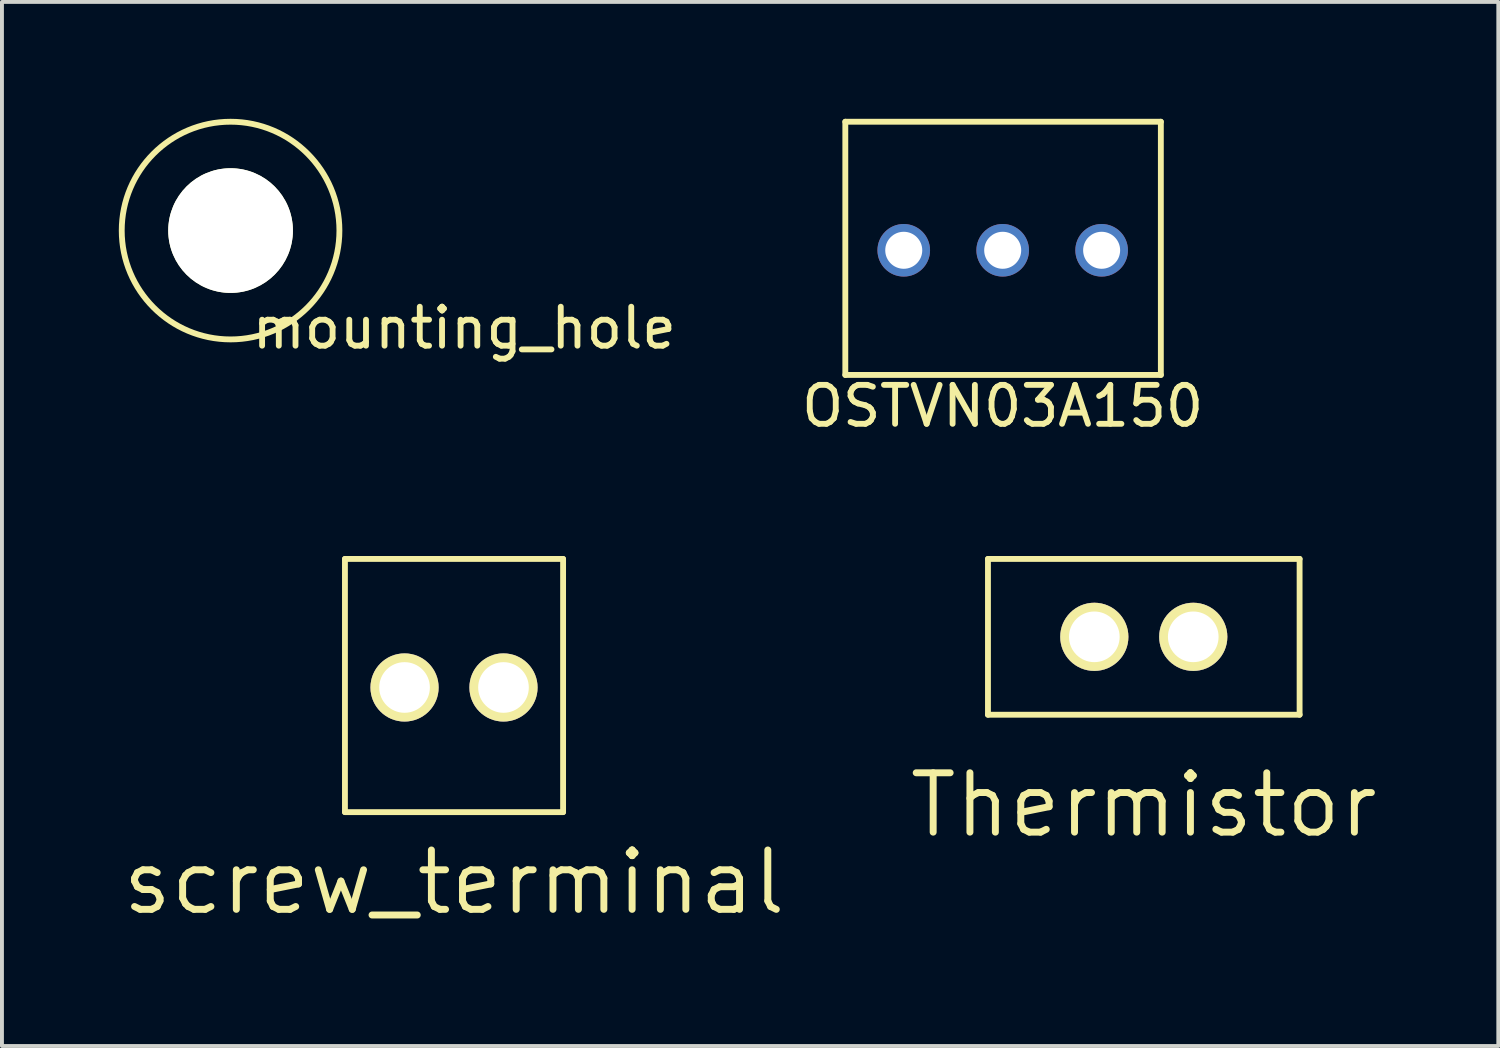
<source format=kicad_pcb>
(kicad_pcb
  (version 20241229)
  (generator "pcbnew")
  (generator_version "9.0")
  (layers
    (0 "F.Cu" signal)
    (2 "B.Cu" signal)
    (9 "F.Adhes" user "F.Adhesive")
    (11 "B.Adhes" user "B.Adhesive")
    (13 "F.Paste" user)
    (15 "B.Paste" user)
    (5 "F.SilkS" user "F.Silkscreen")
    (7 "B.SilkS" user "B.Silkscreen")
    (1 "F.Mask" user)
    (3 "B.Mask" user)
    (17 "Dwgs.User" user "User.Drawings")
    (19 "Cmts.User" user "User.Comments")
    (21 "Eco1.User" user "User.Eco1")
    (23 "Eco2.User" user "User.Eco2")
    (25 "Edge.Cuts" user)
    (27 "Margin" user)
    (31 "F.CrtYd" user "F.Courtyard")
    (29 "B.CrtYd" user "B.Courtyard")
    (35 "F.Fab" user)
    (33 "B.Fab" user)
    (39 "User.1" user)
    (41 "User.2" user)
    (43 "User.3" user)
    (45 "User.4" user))
  (footprint "Thermistor"
    (layer "F.Cu")
    (at 26.312 13.298)
    (property "Reference" "Thermistor" (at 0 4.318 0) (layer "F.SilkS") (effects (font (size 1.524 1.524) (thickness 0.178))))
    (attr through_hole)
    (fp_line (start -4 -2) (end -4 2) (stroke (width 0.15) (type solid)) (layer "F.SilkS"))
    (fp_line (start -4 2) (end 4 2) (stroke (width 0.15) (type solid)) (layer "F.SilkS"))
    (fp_line (start 4 -2) (end -4 -2) (stroke (width 0.15) (type solid)) (layer "F.SilkS"))
    (fp_line (start 4 2) (end 4 -2) (stroke (width 0.15) (type solid)) (layer "F.SilkS"))
    (pad "1" thru_hole circle (at -1.27 0) (size 1.75 1.75) (drill 1.3) (layers "*.Cu" "*.Mask" "F.SilkS"))
    (pad "2" thru_hole circle (at 1.27 0) (size 1.75 1.75) (drill 1.3) (layers "*.Cu" "*.Mask" "F.SilkS")))
  (footprint "mounting_hole"
    (layer "F.Cu")
    (at 2.869 2.869)
    (property "Reference" "mounting_hole" (at 6 2.5 0) (layer "F.SilkS") (effects (font (size 1 1) (thickness 0.15))))
    (attr through_hole)
    (fp_circle (center 0 0) (end 0 -2.794) (stroke (width 0.15) (type solid)) (fill no) (layer "F.SilkS"))
    (pad "" np_thru_hole circle (at 0 0) (size 3.2 3.2) (drill 3.2) (layers "*.Cu" "*.Mask" "F.SilkS")))
  (footprint "OSTVN03A150"
    (layer "F.Cu")
    (at 22.69 3.375)
    (property "Reference" "OSTVN03A150" (at 0 4 0) (layer "F.SilkS") (effects (font (size 1 1) (thickness 0.15))))
    (attr through_hole)
    (fp_line (start -4.04 -3.3) (end -4.04 3.2) (stroke (width 0.15) (type solid)) (layer "F.SilkS"))
    (fp_line (start -4.04 3.2) (end 4.06 3.2) (stroke (width 0.15) (type solid)) (layer "F.SilkS"))
    (fp_line (start 4.06 -3.3) (end -4.04 -3.3) (stroke (width 0.15) (type solid)) (layer "F.SilkS"))
    (fp_line (start 4.06 3.2) (end 4.06 -3.3) (stroke (width 0.15) (type solid)) (layer "F.SilkS"))
    (pad "1" thru_hole circle (at -2.54 0) (size 1.35 1.35) (drill 0.95) (layers "*.Cu" "*.Mask"))
    (pad "2" thru_hole circle (at 0 0) (size 1.35 1.35) (drill 0.95) (layers "*.Cu" "*.Mask"))
    (pad "3" thru_hole circle (at 2.54 0) (size 1.35 1.35) (drill 0.95) (layers "*.Cu" "*.Mask")))
  (footprint "screw_terminal"
    (layer "F.Cu")
    (at 8.605 14.598)
    (property "Reference" "screw_terminal" (at 0 5 0) (layer "F.SilkS") (effects (font (size 1.524 1.524) (thickness 0.178))))
    (attr through_hole)
    (fp_line (start -2.8 -3.3) (end -2.8 3.2) (stroke (width 0.15) (type solid)) (layer "F.SilkS"))
    (fp_line (start -2.8 3.2) (end 2.8 3.2) (stroke (width 0.15) (type solid)) (layer "F.SilkS"))
    (fp_line (start 2.8 -3.3) (end -2.8 -3.3) (stroke (width 0.15) (type solid)) (layer "F.SilkS"))
    (fp_line (start 2.8 3.2) (end 2.8 -3.3) (stroke (width 0.15) (type solid)) (layer "F.SilkS"))
    (pad "1" thru_hole circle (at -1.27 0) (size 1.75 1.75) (drill 1.3) (layers "*.Cu" "*.Mask" "F.SilkS"))
    (pad "2" thru_hole circle (at 1.27 0) (size 1.75 1.75) (drill 1.3) (layers "*.Cu" "*.Mask" "F.SilkS")))
  (gr_rect
    (start -3 -3)
    (end 35.413 23.802)
    (stroke (width 0.1) (type default))
    (fill no)
    (layer "Edge.Cuts")))
</source>
